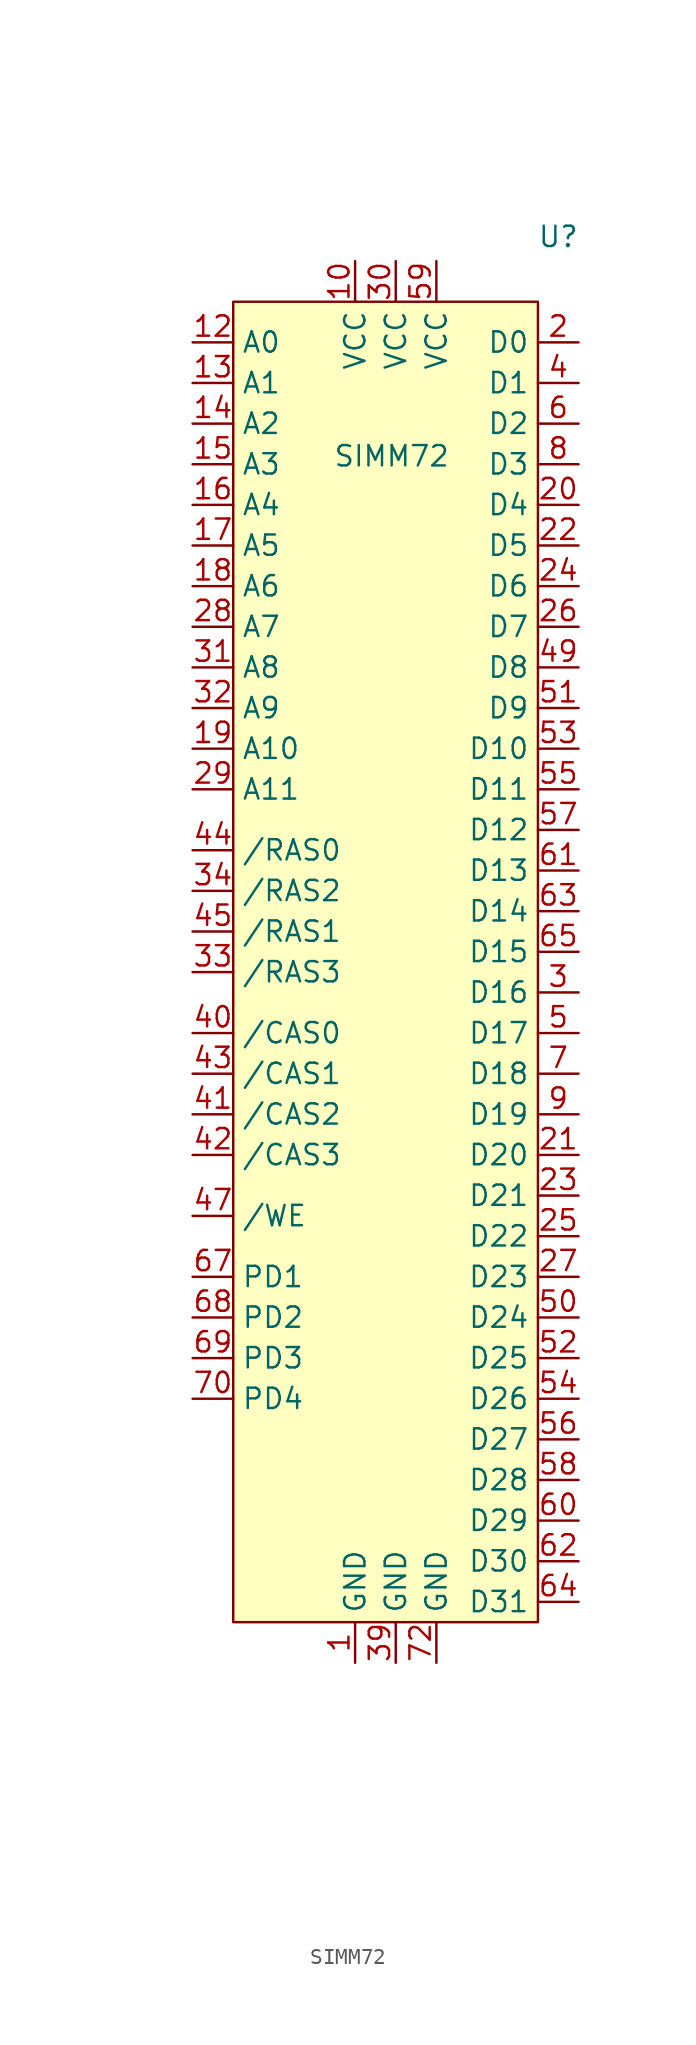
<source format=kicad_sym>
(kicad_symbol_lib
  (version 20241209)
  (generator "kicad_symbol_editor")
  (generator_version "9.0")
  (symbol "SIMM72"
    (property "Reference" "U"
      (at 10.16 45.974 0)
      (effects (font (size 1.27 1.27))))
    (property "Value" "SIMM72"
      (at -0.254 32.258 0)
      (effects (font (size 1.27 1.27))))
    (symbol "SIMM72_1_1"
      (rectangle (start -10.16 41.91) (end 8.89 -40.64) (stroke (width 0) (type default)) (fill (type background)))
      (pin no_connect line (at -17.78 -30.48 0) (length 2.54) (hide yes) (name "NC" (effects (font (size 1.27 1.27)))) (number "11" (effects (font (size 1.27 1.27)))))
      (pin no_connect line (at -17.78 -33.02 0) (length 2.54) (hide yes) (name "NC" (effects (font (size 1.27 1.27)))) (number "35" (effects (font (size 1.27 1.27)))))
      (pin no_connect line (at -17.78 -35.56 0) (length 2.54) (hide yes) (name "NC" (effects (font (size 1.27 1.27)))) (number "36" (effects (font (size 1.27 1.27)))))
      (pin no_connect line (at -17.78 -38.1 0) (length 2.54) (hide yes) (name "NC" (effects (font (size 1.27 1.27)))) (number "37" (effects (font (size 1.27 1.27)))))
      (pin no_connect line (at -17.78 -40.64 0) (length 2.54) (hide yes) (name "NC" (effects (font (size 1.27 1.27)))) (number "38" (effects (font (size 1.27 1.27)))))
      (pin no_connect line (at -17.78 -43.18 0) (length 2.54) (hide yes) (name "NC" (effects (font (size 1.27 1.27)))) (number "46" (effects (font (size 1.27 1.27)))))
      (pin no_connect line (at -17.78 -45.72 0) (length 2.54) (hide yes) (name "NC" (effects (font (size 1.27 1.27)))) (number "48" (effects (font (size 1.27 1.27)))))
      (pin no_connect line (at -17.78 -48.26 0) (length 2.54) (hide yes) (name "NC" (effects (font (size 1.27 1.27)))) (number "66" (effects (font (size 1.27 1.27)))))
      (pin no_connect line (at -17.78 -50.8 0) (length 2.54) (hide yes) (name "NC" (effects (font (size 1.27 1.27)))) (number "71" (effects (font (size 1.27 1.27)))))
      (pin input line (at -12.7 39.37 0) (length 2.54) (name "A0" (effects (font (size 1.27 1.27)))) (number "12" (effects (font (size 1.27 1.27)))))
      (pin input line (at -12.7 36.83 0) (length 2.54) (name "A1" (effects (font (size 1.27 1.27)))) (number "13" (effects (font (size 1.27 1.27)))))
      (pin input line (at -12.7 34.29 0) (length 2.54) (name "A2" (effects (font (size 1.27 1.27)))) (number "14" (effects (font (size 1.27 1.27)))))
      (pin input line (at -12.7 31.75 0) (length 2.54) (name "A3" (effects (font (size 1.27 1.27)))) (number "15" (effects (font (size 1.27 1.27)))))
      (pin input line (at -12.7 29.21 0) (length 2.54) (name "A4" (effects (font (size 1.27 1.27)))) (number "16" (effects (font (size 1.27 1.27)))))
      (pin input line (at -12.7 26.67 0) (length 2.54) (name "A5" (effects (font (size 1.27 1.27)))) (number "17" (effects (font (size 1.27 1.27)))))
      (pin input line (at -12.7 24.13 0) (length 2.54) (name "A6" (effects (font (size 1.27 1.27)))) (number "18" (effects (font (size 1.27 1.27)))))
      (pin input line (at -12.7 21.59 0) (length 2.54) (name "A7" (effects (font (size 1.27 1.27)))) (number "28" (effects (font (size 1.27 1.27)))))
      (pin input line (at -12.7 19.05 0) (length 2.54) (name "A8" (effects (font (size 1.27 1.27)))) (number "31" (effects (font (size 1.27 1.27)))))
      (pin input line (at -12.7 16.51 0) (length 2.54) (name "A9" (effects (font (size 1.27 1.27)))) (number "32" (effects (font (size 1.27 1.27)))))
      (pin input line (at -12.7 13.97 0) (length 2.54) (name "A10" (effects (font (size 1.27 1.27)))) (number "19" (effects (font (size 1.27 1.27)))))
      (pin input line (at -12.7 11.43 0) (length 2.54) (name "A11" (effects (font (size 1.27 1.27)))) (number "29" (effects (font (size 1.27 1.27)))))
      (pin input line (at -12.7 7.62 0) (length 2.54) (name "/RAS0" (effects (font (size 1.27 1.27)))) (number "44" (effects (font (size 1.27 1.27)))))
      (pin input line (at -12.7 5.08 0) (length 2.54) (name "/RAS2" (effects (font (size 1.27 1.27)))) (number "34" (effects (font (size 1.27 1.27)))))
      (pin input line (at -12.7 2.54 0) (length 2.54) (name "/RAS1" (effects (font (size 1.27 1.27)))) (number "45" (effects (font (size 1.27 1.27)))))
      (pin input line (at -12.7 0 0) (length 2.54) (name "/RAS3" (effects (font (size 1.27 1.27)))) (number "33" (effects (font (size 1.27 1.27)))))
      (pin input line (at -12.7 -3.81 0) (length 2.54) (name "/CAS0" (effects (font (size 1.27 1.27)))) (number "40" (effects (font (size 1.27 1.27)))))
      (pin input line (at -12.7 -6.35 0) (length 2.54) (name "/CAS1" (effects (font (size 1.27 1.27)))) (number "43" (effects (font (size 1.27 1.27)))))
      (pin input line (at -12.7 -8.89 0) (length 2.54) (name "/CAS2" (effects (font (size 1.27 1.27)))) (number "41" (effects (font (size 1.27 1.27)))))
      (pin input line (at -12.7 -11.43 0) (length 2.54) (name "/CAS3" (effects (font (size 1.27 1.27)))) (number "42" (effects (font (size 1.27 1.27)))))
      (pin input line (at -12.7 -15.24 0) (length 2.54) (name "/WE" (effects (font (size 1.27 1.27)))) (number "47" (effects (font (size 1.27 1.27)))))
      (pin input line (at -12.7 -19.05 0) (length 2.54) (name "PD1" (effects (font (size 1.27 1.27)))) (number "67" (effects (font (size 1.27 1.27)))))
      (pin input line (at -12.7 -21.59 0) (length 2.54) (name "PD2" (effects (font (size 1.27 1.27)))) (number "68" (effects (font (size 1.27 1.27)))))
      (pin input line (at -12.7 -24.13 0) (length 2.54) (name "PD3" (effects (font (size 1.27 1.27)))) (number "69" (effects (font (size 1.27 1.27)))))
      (pin input line (at -12.7 -26.67 0) (length 2.54) (name "PD4" (effects (font (size 1.27 1.27)))) (number "70" (effects (font (size 1.27 1.27)))))
      (pin input line (at -2.54 44.45 270) (length 2.54) (name "VCC" (effects (font (size 1.27 1.27)))) (number "10" (effects (font (size 1.27 1.27)))))
      (pin input line (at -2.54 -43.18 90) (length 2.54) (name "GND" (effects (font (size 1.27 1.27)))) (number "1" (effects (font (size 1.27 1.27)))))
      (pin input line (at 0 44.45 270) (length 2.54) (name "VCC" (effects (font (size 1.27 1.27)))) (number "30" (effects (font (size 1.27 1.27)))))
      (pin input line (at 0 -43.18 90) (length 2.54) (name "GND" (effects (font (size 1.27 1.27)))) (number "39" (effects (font (size 1.27 1.27)))))
      (pin input line (at 2.54 44.45 270) (length 2.54) (name "VCC" (effects (font (size 1.27 1.27)))) (number "59" (effects (font (size 1.27 1.27)))))
      (pin input line (at 2.54 -43.18 90) (length 2.54) (name "GND" (effects (font (size 1.27 1.27)))) (number "72" (effects (font (size 1.27 1.27)))))
      (pin input line (at 11.43 39.37 180) (length 2.54) (name "D0" (effects (font (size 1.27 1.27)))) (number "2" (effects (font (size 1.27 1.27)))))
      (pin input line (at 11.43 36.83 180) (length 2.54) (name "D1" (effects (font (size 1.27 1.27)))) (number "4" (effects (font (size 1.27 1.27)))))
      (pin input line (at 11.43 34.29 180) (length 2.54) (name "D2" (effects (font (size 1.27 1.27)))) (number "6" (effects (font (size 1.27 1.27)))))
      (pin input line (at 11.43 31.75 180) (length 2.54) (name "D3" (effects (font (size 1.27 1.27)))) (number "8" (effects (font (size 1.27 1.27)))))
      (pin input line (at 11.43 29.21 180) (length 2.54) (name "D4" (effects (font (size 1.27 1.27)))) (number "20" (effects (font (size 1.27 1.27)))))
      (pin input line (at 11.43 26.67 180) (length 2.54) (name "D5" (effects (font (size 1.27 1.27)))) (number "22" (effects (font (size 1.27 1.27)))))
      (pin input line (at 11.43 24.13 180) (length 2.54) (name "D6" (effects (font (size 1.27 1.27)))) (number "24" (effects (font (size 1.27 1.27)))))
      (pin input line (at 11.43 21.59 180) (length 2.54) (name "D7" (effects (font (size 1.27 1.27)))) (number "26" (effects (font (size 1.27 1.27)))))
      (pin input line (at 11.43 19.05 180) (length 2.54) (name "D8" (effects (font (size 1.27 1.27)))) (number "49" (effects (font (size 1.27 1.27)))))
      (pin input line (at 11.43 16.51 180) (length 2.54) (name "D9" (effects (font (size 1.27 1.27)))) (number "51" (effects (font (size 1.27 1.27)))))
      (pin input line (at 11.43 13.97 180) (length 2.54) (name "D10" (effects (font (size 1.27 1.27)))) (number "53" (effects (font (size 1.27 1.27)))))
      (pin input line (at 11.43 11.43 180) (length 2.54) (name "D11" (effects (font (size 1.27 1.27)))) (number "55" (effects (font (size 1.27 1.27)))))
      (pin input line (at 11.43 8.89 180) (length 2.54) (name "D12" (effects (font (size 1.27 1.27)))) (number "57" (effects (font (size 1.27 1.27)))))
      (pin input line (at 11.43 6.35 180) (length 2.54) (name "D13" (effects (font (size 1.27 1.27)))) (number "61" (effects (font (size 1.27 1.27)))))
      (pin input line (at 11.43 3.81 180) (length 2.54) (name "D14" (effects (font (size 1.27 1.27)))) (number "63" (effects (font (size 1.27 1.27)))))
      (pin input line (at 11.43 1.27 180) (length 2.54) (name "D15" (effects (font (size 1.27 1.27)))) (number "65" (effects (font (size 1.27 1.27)))))
      (pin input line (at 11.43 -1.27 180) (length 2.54) (name "D16" (effects (font (size 1.27 1.27)))) (number "3" (effects (font (size 1.27 1.27)))))
      (pin input line (at 11.43 -3.81 180) (length 2.54) (name "D17" (effects (font (size 1.27 1.27)))) (number "5" (effects (font (size 1.27 1.27)))))
      (pin input line (at 11.43 -6.35 180) (length 2.54) (name "D18" (effects (font (size 1.27 1.27)))) (number "7" (effects (font (size 1.27 1.27)))))
      (pin input line (at 11.43 -8.89 180) (length 2.54) (name "D19" (effects (font (size 1.27 1.27)))) (number "9" (effects (font (size 1.27 1.27)))))
      (pin input line (at 11.43 -11.43 180) (length 2.54) (name "D20" (effects (font (size 1.27 1.27)))) (number "21" (effects (font (size 1.27 1.27)))))
      (pin input line (at 11.43 -13.97 180) (length 2.54) (name "D21" (effects (font (size 1.27 1.27)))) (number "23" (effects (font (size 1.27 1.27)))))
      (pin input line (at 11.43 -16.51 180) (length 2.54) (name "D22" (effects (font (size 1.27 1.27)))) (number "25" (effects (font (size 1.27 1.27)))))
      (pin input line (at 11.43 -19.05 180) (length 2.54) (name "D23" (effects (font (size 1.27 1.27)))) (number "27" (effects (font (size 1.27 1.27)))))
      (pin input line (at 11.43 -21.59 180) (length 2.54) (name "D24" (effects (font (size 1.27 1.27)))) (number "50" (effects (font (size 1.27 1.27)))))
      (pin input line (at 11.43 -24.13 180) (length 2.54) (name "D25" (effects (font (size 1.27 1.27)))) (number "52" (effects (font (size 1.27 1.27)))))
      (pin input line (at 11.43 -26.67 180) (length 2.54) (name "D26" (effects (font (size 1.27 1.27)))) (number "54" (effects (font (size 1.27 1.27)))))
      (pin input line (at 11.43 -29.21 180) (length 2.54) (name "D27" (effects (font (size 1.27 1.27)))) (number "56" (effects (font (size 1.27 1.27)))))
      (pin input line (at 11.43 -31.75 180) (length 2.54) (name "D28" (effects (font (size 1.27 1.27)))) (number "58" (effects (font (size 1.27 1.27)))))
      (pin input line (at 11.43 -34.29 180) (length 2.54) (name "D29" (effects (font (size 1.27 1.27)))) (number "60" (effects (font (size 1.27 1.27)))))
      (pin input line (at 11.43 -36.83 180) (length 2.54) (name "D30" (effects (font (size 1.27 1.27)))) (number "62" (effects (font (size 1.27 1.27)))))
      (pin input line (at 11.43 -39.37 180) (length 2.54) (name "D31" (effects (font (size 1.27 1.27)))) (number "64" (effects (font (size 1.27 1.27))))))))
</source>
